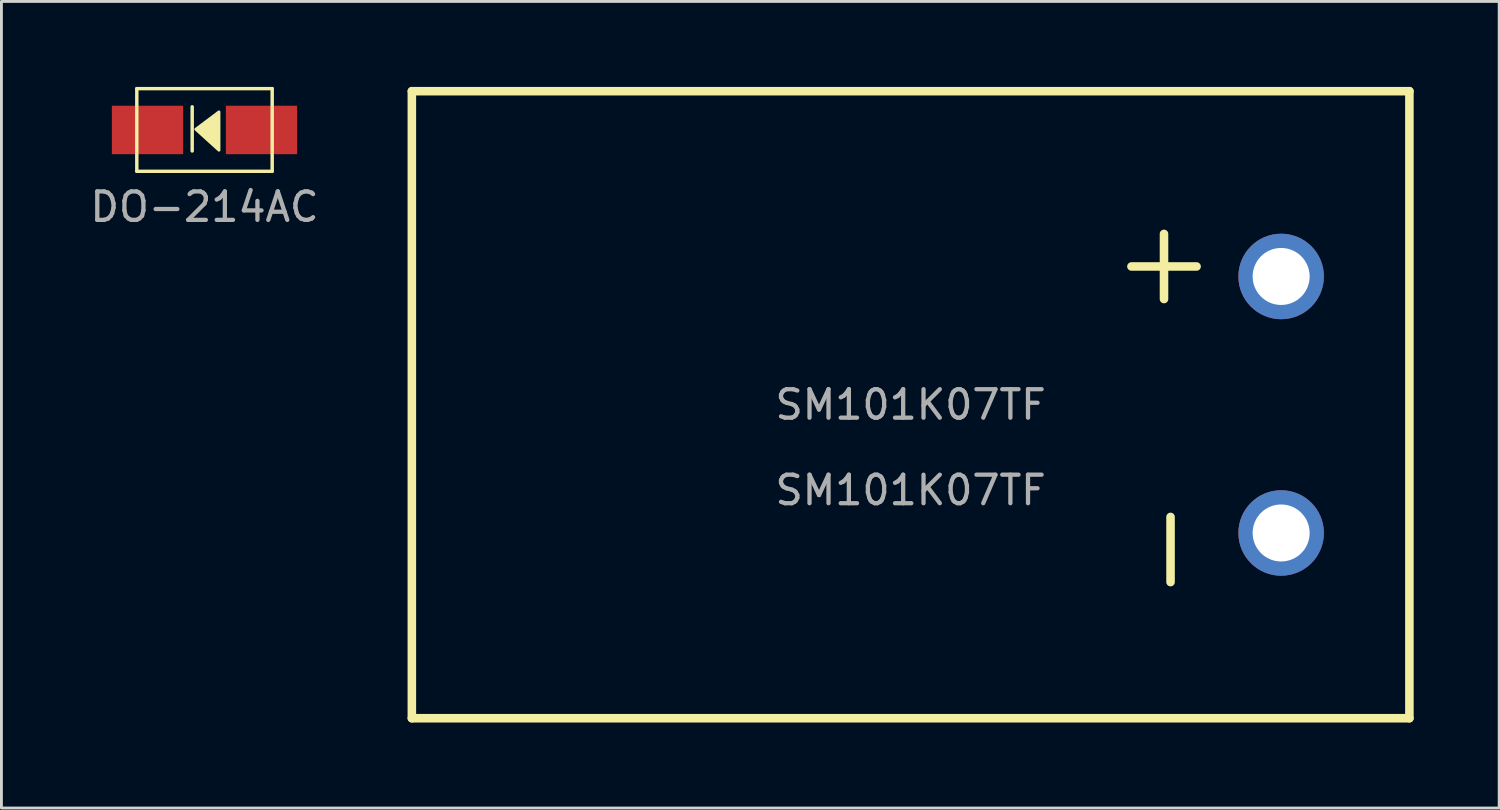
<source format=kicad_pcb>
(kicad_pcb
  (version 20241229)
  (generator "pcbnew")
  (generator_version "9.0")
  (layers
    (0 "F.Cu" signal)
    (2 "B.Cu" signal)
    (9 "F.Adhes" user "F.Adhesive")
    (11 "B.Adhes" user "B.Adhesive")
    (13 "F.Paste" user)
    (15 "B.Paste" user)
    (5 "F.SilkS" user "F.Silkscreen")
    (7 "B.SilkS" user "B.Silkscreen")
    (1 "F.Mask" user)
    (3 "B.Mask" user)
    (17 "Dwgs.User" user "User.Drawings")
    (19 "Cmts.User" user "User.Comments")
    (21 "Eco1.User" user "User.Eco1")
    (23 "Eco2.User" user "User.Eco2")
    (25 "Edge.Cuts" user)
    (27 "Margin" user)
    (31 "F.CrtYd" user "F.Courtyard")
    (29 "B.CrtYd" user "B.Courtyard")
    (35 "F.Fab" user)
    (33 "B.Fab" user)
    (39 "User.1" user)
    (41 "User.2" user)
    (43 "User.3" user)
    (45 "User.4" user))
  (footprint "DO-214AC"
    (layer "F.Cu")
    (at 4.125 1.51)
    (property "Reference" "DO-214AC" (at 0 2.7 0) (unlocked yes) (layer "F.Fab") (effects (font (size 1 1) (thickness 0.15))))
    (attr smd)
    (fp_line (start -2.375 -1.45) (end 2.375 -1.45) (stroke (width 0.12) (type solid)) (layer "F.SilkS"))
    (fp_line (start -2.375 1.45) (end -2.375 -1.45) (stroke (width 0.12) (type solid)) (layer "F.SilkS"))
    (fp_line (start -2.375 1.45) (end 2.375 1.45) (stroke (width 0.12) (type solid)) (layer "F.SilkS"))
    (fp_line (start -0.432 -0.813) (end -0.432 0.737) (stroke (width 0.12) (type solid)) (layer "F.SilkS"))
    (fp_line (start 2.375 1.45) (end 2.375 -1.45) (stroke (width 0.12) (type solid)) (layer "F.SilkS"))
    (fp_poly (pts (xy 0.508 0.711) (xy -0.305 -0.025) (xy 0.508 -0.635)) (stroke (width 0.1) (type solid)) (fill yes) (layer "F.SilkS"))
    (pad "1" smd rect (at -2 0) (size 2.5 1.7) (layers "F.Cu" "F.Mask" "F.Paste"))
    (pad "2" smd rect (at 2 0) (size 2.5 1.7) (layers "F.Cu" "F.Mask" "F.Paste")))
  (footprint "SM101K07TF"
    (layer "F.Cu")
    (at 28.9 11.65)
    (property "Reference" "SM101K07TF" (at 0 -0.5 0) (unlocked yes) (layer "F.Fab") (effects (font (size 1 1) (thickness 0.15))))
    (attr smd)
    (fp_line (start -17.5 -11.5) (end 17.5 -11.5) (stroke (width 0.3) (type solid)) (layer "F.SilkS"))
    (fp_line (start -17.5 10.5) (end -17.5 -11.5) (stroke (width 0.3) (type solid)) (layer "F.SilkS"))
    (fp_line (start 17.5 -11.5) (end 17.5 10.5) (stroke (width 0.3) (type solid)) (layer "F.SilkS"))
    (fp_line (start 17.5 10.5) (end -17.5 10.5) (stroke (width 0.3) (type solid)) (layer "F.SilkS"))
    (fp_text user "+" (at 8.89 -5.58 180) (layer "F.SilkS") (effects (font (size 3 3) (thickness 0.3))))
    (fp_text user "-" (at 8.89 4.58 90) (layer "F.SilkS") (effects (font (size 3 3) (thickness 0.3))))
    (fp_text user "${REFERENCE}" (at 0 2.5 0) (unlocked yes) (layer "F.Fab") (effects (font (size 1 1) (thickness 0.15))))
    (pad "1" thru_hole circle (at 13 -5) (size 3 3) (drill 2) (layers "*.Cu" "*.Mask"))
    (pad "2" thru_hole circle (at 13 4) (size 3 3) (drill 2) (layers "*.Cu" "*.Mask")))
  (gr_rect
    (start -3 -3)
    (end 49.55 25.3)
    (stroke (width 0.1) (type default))
    (fill no)
    (layer "Edge.Cuts")))
</source>
